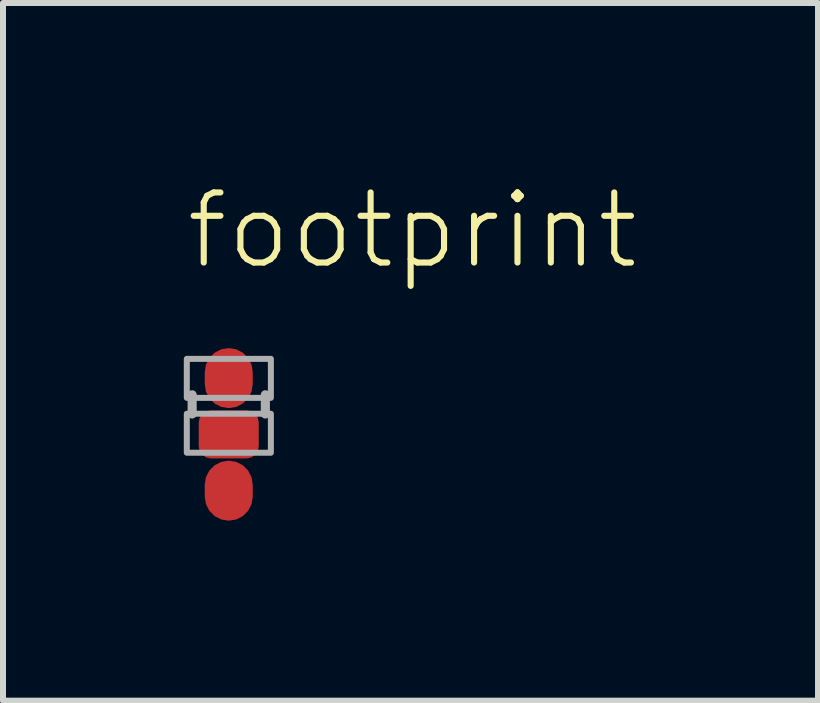
<source format=kicad_pcb>
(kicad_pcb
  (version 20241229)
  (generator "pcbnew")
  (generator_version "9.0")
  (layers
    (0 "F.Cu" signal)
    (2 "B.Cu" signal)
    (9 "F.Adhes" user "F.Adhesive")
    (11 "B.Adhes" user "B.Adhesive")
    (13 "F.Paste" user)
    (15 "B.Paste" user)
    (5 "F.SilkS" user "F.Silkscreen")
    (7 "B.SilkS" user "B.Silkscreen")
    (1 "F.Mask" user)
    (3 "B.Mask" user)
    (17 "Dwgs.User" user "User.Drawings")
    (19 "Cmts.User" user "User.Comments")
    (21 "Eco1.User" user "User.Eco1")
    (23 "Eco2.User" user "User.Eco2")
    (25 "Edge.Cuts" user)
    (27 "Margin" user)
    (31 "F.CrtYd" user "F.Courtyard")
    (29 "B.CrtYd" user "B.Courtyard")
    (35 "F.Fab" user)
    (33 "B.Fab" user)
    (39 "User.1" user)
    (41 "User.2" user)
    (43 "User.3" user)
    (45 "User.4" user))
  (footprint "footprint"
    (layer "F.Cu")
    (at 0.762 4.189)
    (property "Reference" "footprint" (at -0.762 -2.716 0) (layer "F.SilkS") (effects (font (size 1.168 1.168) (thickness 0.102)) (justify left bottom)))
    (fp_line (start -0.61 -0.66) (end -0.61 -0.34) (stroke (width 0.152) (type solid)) (layer "F.Fab"))
    (fp_line (start 0.61 -0.66) (end 0.61 -0.34) (stroke (width 0.152) (type solid)) (layer "F.Fab"))
    (fp_poly (pts (xy -0.699 -1.259) (xy -0.699 -0.609) (xy 0.702 -0.609) (xy 0.702 -1.259)) (stroke (width 0.1) (type solid)) (fill no) (layer "F.Fab"))
    (fp_poly (pts (xy -0.699 -0.344) (xy -0.699 0.306) (xy 0.702 0.306) (xy 0.702 -0.344)) (stroke (width 0.1) (type solid)) (fill no) (layer "F.Fab"))
    (pad "1" smd roundrect (at 0 -0.938) (size 0.8 1) (layers "F.Cu" "F.Mask" "F.Paste") (roundrect_rratio 0.5))
    (pad "2" smd roundrect (at 0 0) (size 1 0.8) (layers "F.Cu" "F.Mask" "F.Paste") (roundrect_rratio 0.25))
    (pad "3" smd roundrect (at 0 0.938) (size 0.8 1) (layers "F.Cu" "F.Mask" "F.Paste") (roundrect_rratio 0.5)))
  (gr_rect
    (start -3 -3)
    (end 10.582 8.627)
    (stroke (width 0.1) (type default))
    (fill no)
    (layer "Edge.Cuts")))
</source>
